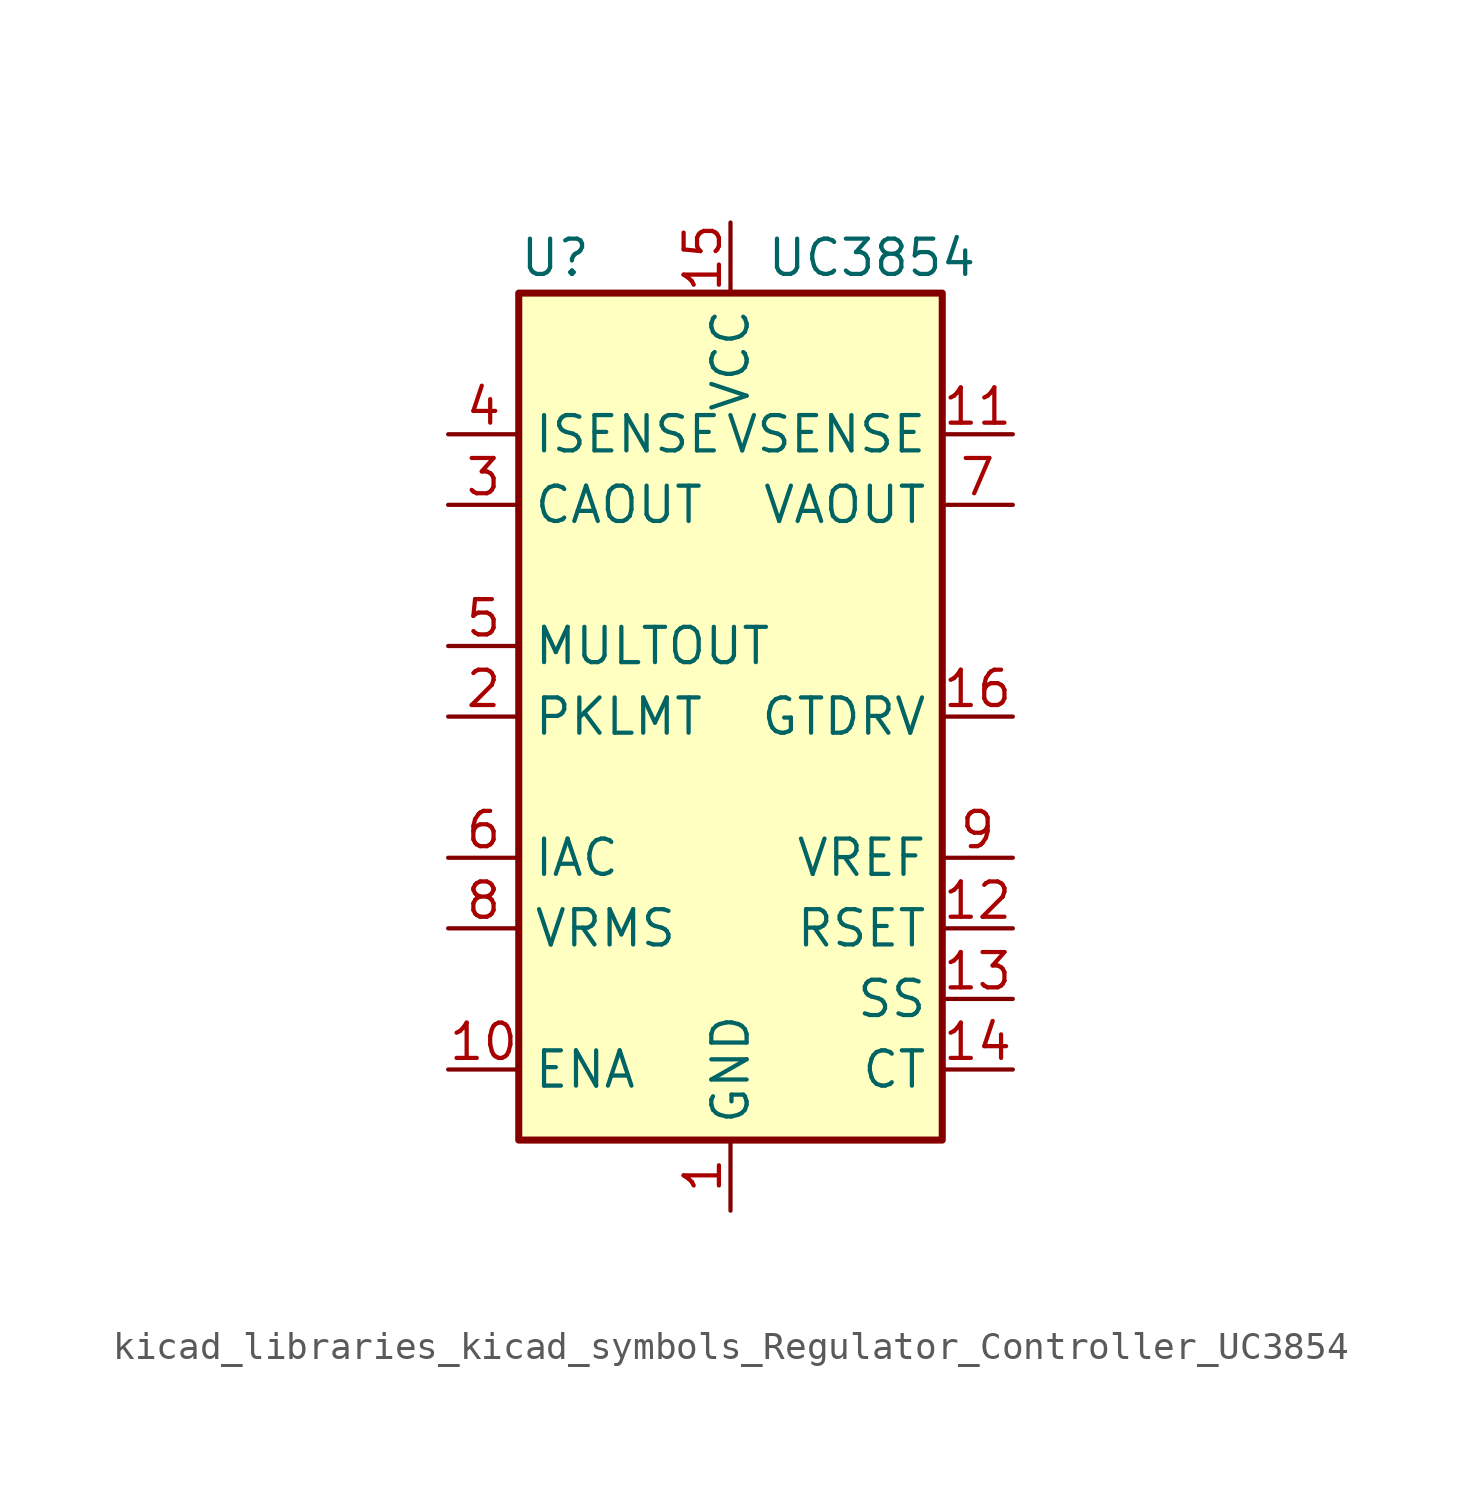
<source format=kicad_sym>
(kicad_symbol_lib
  (version 20220914)
  (generator kicad_symbol_editor)
  (symbol "kicad_libraries_kicad_symbols_Regulator_Controller_UC3854"
    (property "Reference" "U"
      (at -7.62 16.51 0)
      (effects (font (size 1.27 1.27)) (justify left)))
    (property "Value" "UC3854"
      (at 1.27 16.51 0)
      (effects (font (size 1.27 1.27)) (justify left)))
    (symbol "kicad_libraries_kicad_symbols_Regulator_Controller_UC3854_0_0"
      (rectangle (start -7.62 15.24) (end 7.62 -15.24) (stroke (width 0.254) (type default)) (fill (type background))))
    (symbol "kicad_libraries_kicad_symbols_Regulator_Controller_UC3854_1_1"
      (pin power_in line (at 0 -17.78 90) (length 2.54) (name "GND" (effects (font (size 1.27 1.27)))) (number "1" (effects (font (size 1.27 1.27)))))
      (pin input line (at -10.16 -12.7 0) (length 2.54) (name "ENA" (effects (font (size 1.27 1.27)))) (number "10" (effects (font (size 1.27 1.27)))))
      (pin input line (at 10.16 10.16 180) (length 2.54) (name "VSENSE" (effects (font (size 1.27 1.27)))) (number "11" (effects (font (size 1.27 1.27)))))
      (pin passive line (at 10.16 -7.62 180) (length 2.54) (name "RSET" (effects (font (size 1.27 1.27)))) (number "12" (effects (font (size 1.27 1.27)))))
      (pin passive line (at 10.16 -10.16 180) (length 2.54) (name "SS" (effects (font (size 1.27 1.27)))) (number "13" (effects (font (size 1.27 1.27)))))
      (pin passive line (at 10.16 -12.7 180) (length 2.54) (name "CT" (effects (font (size 1.27 1.27)))) (number "14" (effects (font (size 1.27 1.27)))))
      (pin power_in line (at 0 17.78 270) (length 2.54) (name "VCC" (effects (font (size 1.27 1.27)))) (number "15" (effects (font (size 1.27 1.27)))))
      (pin output line (at 10.16 0 180) (length 2.54) (name "GTDRV" (effects (font (size 1.27 1.27)))) (number "16" (effects (font (size 1.27 1.27)))))
      (pin input line (at -10.16 0 0) (length 2.54) (name "PKLMT" (effects (font (size 1.27 1.27)))) (number "2" (effects (font (size 1.27 1.27)))))
      (pin output line (at -10.16 7.62 0) (length 2.54) (name "CAOUT" (effects (font (size 1.27 1.27)))) (number "3" (effects (font (size 1.27 1.27)))))
      (pin input line (at -10.16 10.16 0) (length 2.54) (name "ISENSE" (effects (font (size 1.27 1.27)))) (number "4" (effects (font (size 1.27 1.27)))))
      (pin passive line (at -10.16 2.54 0) (length 2.54) (name "MULTOUT" (effects (font (size 1.27 1.27)))) (number "5" (effects (font (size 1.27 1.27)))))
      (pin input line (at -10.16 -5.08 0) (length 2.54) (name "IAC" (effects (font (size 1.27 1.27)))) (number "6" (effects (font (size 1.27 1.27)))))
      (pin output line (at 10.16 7.62 180) (length 2.54) (name "VAOUT" (effects (font (size 1.27 1.27)))) (number "7" (effects (font (size 1.27 1.27)))))
      (pin input line (at -10.16 -7.62 0) (length 2.54) (name "VRMS" (effects (font (size 1.27 1.27)))) (number "8" (effects (font (size 1.27 1.27)))))
      (pin output line (at 10.16 -5.08 180) (length 2.54) (name "VREF" (effects (font (size 1.27 1.27)))) (number "9" (effects (font (size 1.27 1.27))))))))
</source>
